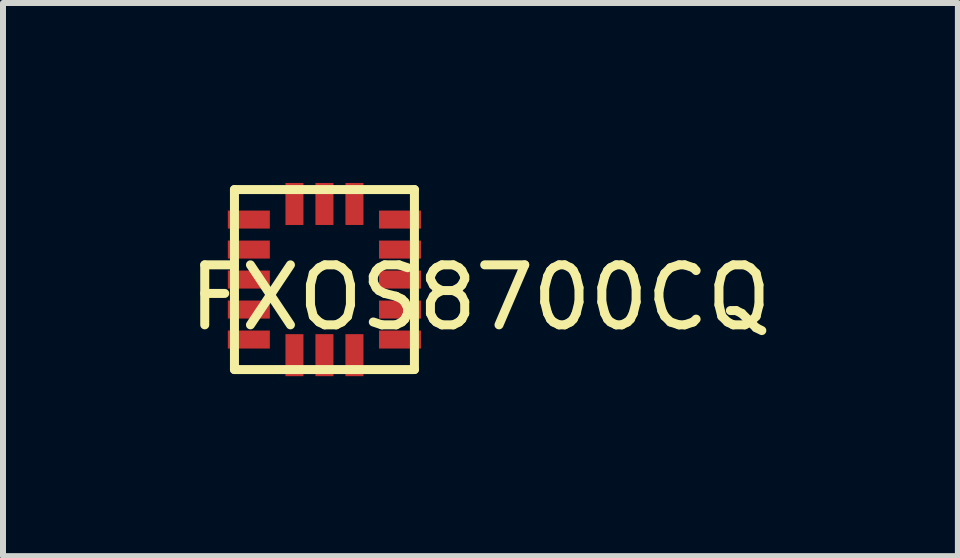
<source format=kicad_pcb>
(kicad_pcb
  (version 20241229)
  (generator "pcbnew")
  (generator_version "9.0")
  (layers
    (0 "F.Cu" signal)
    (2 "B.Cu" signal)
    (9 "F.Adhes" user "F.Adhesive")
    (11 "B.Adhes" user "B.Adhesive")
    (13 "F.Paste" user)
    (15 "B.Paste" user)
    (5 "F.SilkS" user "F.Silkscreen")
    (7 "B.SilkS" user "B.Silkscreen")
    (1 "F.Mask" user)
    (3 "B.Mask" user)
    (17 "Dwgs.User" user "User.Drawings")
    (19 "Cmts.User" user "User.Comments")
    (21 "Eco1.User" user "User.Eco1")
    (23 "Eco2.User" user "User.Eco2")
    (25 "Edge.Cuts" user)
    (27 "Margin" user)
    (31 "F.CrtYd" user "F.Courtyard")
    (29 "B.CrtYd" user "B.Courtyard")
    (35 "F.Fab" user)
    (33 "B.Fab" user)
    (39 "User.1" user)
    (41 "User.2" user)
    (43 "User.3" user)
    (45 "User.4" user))
  (footprint "FXOS8700CQ"
    (layer "F.Cu")
    (at 2.358 1.61)
    (property "Reference" "FXOS8700CQ" (at 2.6 0.3 0) (layer "F.SilkS") (effects (font (size 1 1) (thickness 0.15))))
    (attr through_hole)
    (fp_line (start -1.5 -1.5) (end 1.5 -1.5) (stroke (width 0.15) (type solid)) (layer "F.SilkS"))
    (fp_line (start -1.5 1.5) (end -1.5 -1.5) (stroke (width 0.15) (type solid)) (layer "F.SilkS"))
    (fp_line (start 1.5 -1.5) (end 1.5 1.5) (stroke (width 0.15) (type solid)) (layer "F.SilkS"))
    (fp_line (start 1.5 1.5) (end -1.5 1.5) (stroke (width 0.15) (type solid)) (layer "F.SilkS"))
    (pad "1" smd rect (at -1.26 -1 90) (size 0.3 0.7) (layers "F.Cu" "F.Mask" "F.Paste"))
    (pad "2" smd rect (at -1.26 -0.5 90) (size 0.3 0.7) (layers "F.Cu" "F.Mask" "F.Paste"))
    (pad "3" smd rect (at -1.26 0 90) (size 0.3 0.7) (layers "F.Cu" "F.Mask" "F.Paste"))
    (pad "4" smd rect (at -1.26 0.5 90) (size 0.3 0.7) (layers "F.Cu" "F.Mask" "F.Paste"))
    (pad "5" smd rect (at -1.26 1 90) (size 0.3 0.7) (layers "F.Cu" "F.Mask" "F.Paste"))
    (pad "6" smd rect (at -0.5 1.26) (size 0.3 0.7) (layers "F.Cu" "F.Mask" "F.Paste"))
    (pad "7" smd rect (at 0 1.26) (size 0.3 0.7) (layers "F.Cu" "F.Mask" "F.Paste"))
    (pad "8" smd rect (at 0.5 1.26) (size 0.3 0.7) (layers "F.Cu" "F.Mask" "F.Paste"))
    (pad "9" smd rect (at 1.26 1 90) (size 0.3 0.7) (layers "F.Cu" "F.Mask" "F.Paste"))
    (pad "10" smd rect (at 1.26 0.5 90) (size 0.3 0.7) (layers "F.Cu" "F.Mask" "F.Paste"))
    (pad "11" smd rect (at 1.26 0 90) (size 0.3 0.7) (layers "F.Cu" "F.Mask" "F.Paste"))
    (pad "12" smd rect (at 1.26 -0.5 90) (size 0.3 0.7) (layers "F.Cu" "F.Mask" "F.Paste"))
    (pad "13" smd rect (at 1.26 -1 90) (size 0.3 0.7) (layers "F.Cu" "F.Mask" "F.Paste"))
    (pad "14" smd rect (at 0.5 -1.26) (size 0.3 0.7) (layers "F.Cu" "F.Mask" "F.Paste"))
    (pad "15" smd rect (at 0 -1.26) (size 0.3 0.7) (layers "F.Cu" "F.Mask" "F.Paste"))
    (pad "16" smd rect (at -0.5 -1.26) (size 0.3 0.7) (layers "F.Cu" "F.Mask" "F.Paste")))
  (gr_rect
    (start -3 -3)
    (end 12.917 6.22)
    (stroke (width 0.1) (type default))
    (fill no)
    (layer "Edge.Cuts")))
</source>
